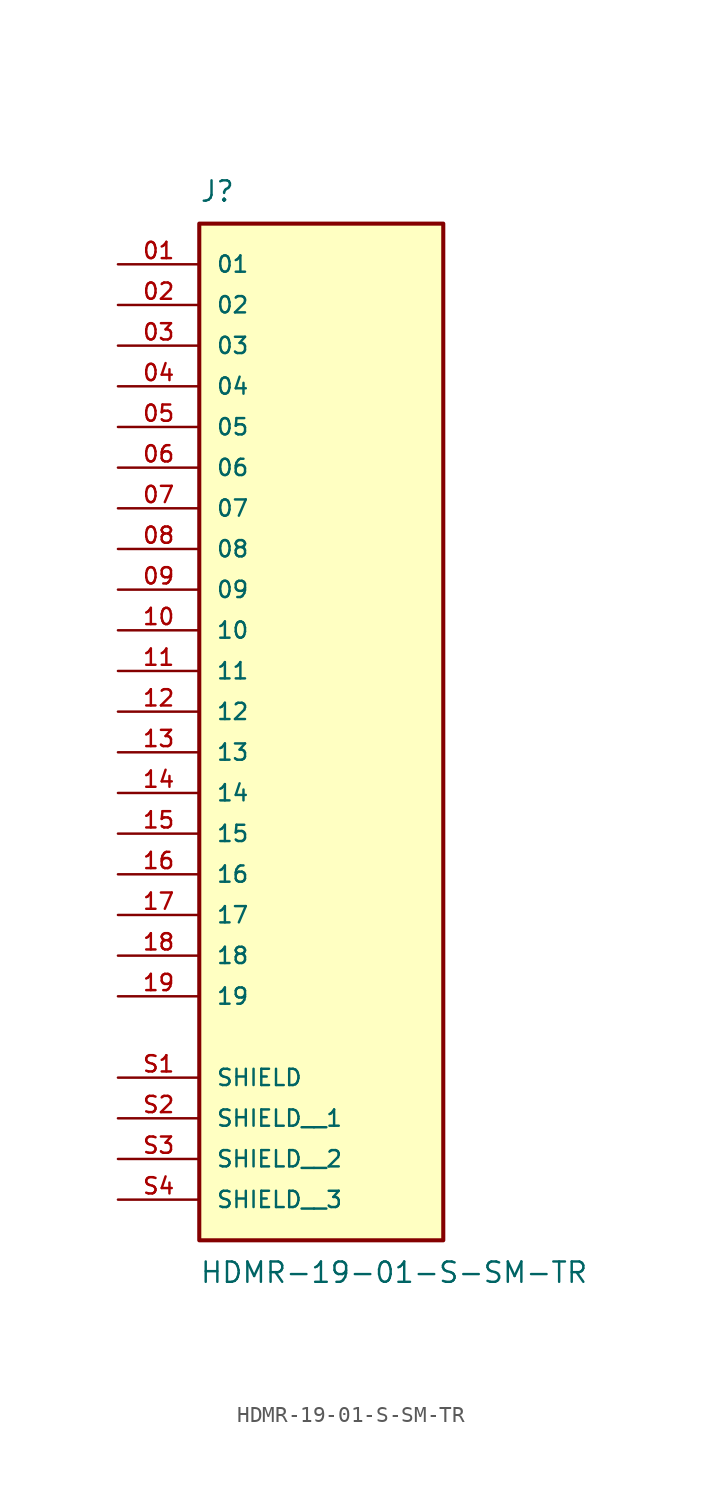
<source format=kicad_sym>
(kicad_symbol_lib
  (version 20220914)
  (generator kicad_symbol_editor)
  (symbol "HDMR-19-01-S-SM-TR"
    (pin_names
      (offset 1.016))
    (property "Reference" "J"
      (at -7.62 29.21 0)
      (effects (font (size 1.27 1.27)) (justify left bottom)))
    (property "Value" "HDMR-19-01-S-SM-TR"
      (at -7.62 -36.83 0)
      (effects (font (size 1.27 1.27)) (justify left top)))
    (symbol "HDMR-19-01-S-SM-TR_0_0"
      (rectangle (start -7.62 -35.56) (end 7.62 27.94) (stroke (width 0.254) (type default)) (fill (type background)))
      (pin passive line (at -12.7 25.4 0) (length 5.08) (name "01" (effects (font (size 1.016 1.016)))) (number "01" (effects (font (size 1.016 1.016)))))
      (pin passive line (at -12.7 22.86 0) (length 5.08) (name "02" (effects (font (size 1.016 1.016)))) (number "02" (effects (font (size 1.016 1.016)))))
      (pin passive line (at -12.7 20.32 0) (length 5.08) (name "03" (effects (font (size 1.016 1.016)))) (number "03" (effects (font (size 1.016 1.016)))))
      (pin passive line (at -12.7 17.78 0) (length 5.08) (name "04" (effects (font (size 1.016 1.016)))) (number "04" (effects (font (size 1.016 1.016)))))
      (pin passive line (at -12.7 15.24 0) (length 5.08) (name "05" (effects (font (size 1.016 1.016)))) (number "05" (effects (font (size 1.016 1.016)))))
      (pin passive line (at -12.7 12.7 0) (length 5.08) (name "06" (effects (font (size 1.016 1.016)))) (number "06" (effects (font (size 1.016 1.016)))))
      (pin passive line (at -12.7 10.16 0) (length 5.08) (name "07" (effects (font (size 1.016 1.016)))) (number "07" (effects (font (size 1.016 1.016)))))
      (pin passive line (at -12.7 7.62 0) (length 5.08) (name "08" (effects (font (size 1.016 1.016)))) (number "08" (effects (font (size 1.016 1.016)))))
      (pin passive line (at -12.7 5.08 0) (length 5.08) (name "09" (effects (font (size 1.016 1.016)))) (number "09" (effects (font (size 1.016 1.016)))))
      (pin passive line (at -12.7 2.54 0) (length 5.08) (name "10" (effects (font (size 1.016 1.016)))) (number "10" (effects (font (size 1.016 1.016)))))
      (pin passive line (at -12.7 0 0) (length 5.08) (name "11" (effects (font (size 1.016 1.016)))) (number "11" (effects (font (size 1.016 1.016)))))
      (pin passive line (at -12.7 -2.54 0) (length 5.08) (name "12" (effects (font (size 1.016 1.016)))) (number "12" (effects (font (size 1.016 1.016)))))
      (pin passive line (at -12.7 -5.08 0) (length 5.08) (name "13" (effects (font (size 1.016 1.016)))) (number "13" (effects (font (size 1.016 1.016)))))
      (pin passive line (at -12.7 -7.62 0) (length 5.08) (name "14" (effects (font (size 1.016 1.016)))) (number "14" (effects (font (size 1.016 1.016)))))
      (pin passive line (at -12.7 -10.16 0) (length 5.08) (name "15" (effects (font (size 1.016 1.016)))) (number "15" (effects (font (size 1.016 1.016)))))
      (pin passive line (at -12.7 -12.7 0) (length 5.08) (name "16" (effects (font (size 1.016 1.016)))) (number "16" (effects (font (size 1.016 1.016)))))
      (pin passive line (at -12.7 -15.24 0) (length 5.08) (name "17" (effects (font (size 1.016 1.016)))) (number "17" (effects (font (size 1.016 1.016)))))
      (pin passive line (at -12.7 -17.78 0) (length 5.08) (name "18" (effects (font (size 1.016 1.016)))) (number "18" (effects (font (size 1.016 1.016)))))
      (pin passive line (at -12.7 -20.32 0) (length 5.08) (name "19" (effects (font (size 1.016 1.016)))) (number "19" (effects (font (size 1.016 1.016)))))
      (pin passive line (at -12.7 -25.4 0) (length 5.08) (name "SHIELD" (effects (font (size 1.016 1.016)))) (number "S1" (effects (font (size 1.016 1.016)))))
      (pin passive line (at -12.7 -27.94 0) (length 5.08) (name "SHIELD__1" (effects (font (size 1.016 1.016)))) (number "S2" (effects (font (size 1.016 1.016)))))
      (pin passive line (at -12.7 -30.48 0) (length 5.08) (name "SHIELD__2" (effects (font (size 1.016 1.016)))) (number "S3" (effects (font (size 1.016 1.016)))))
      (pin passive line (at -12.7 -33.02 0) (length 5.08) (name "SHIELD__3" (effects (font (size 1.016 1.016)))) (number "S4" (effects (font (size 1.016 1.016))))))))
</source>
